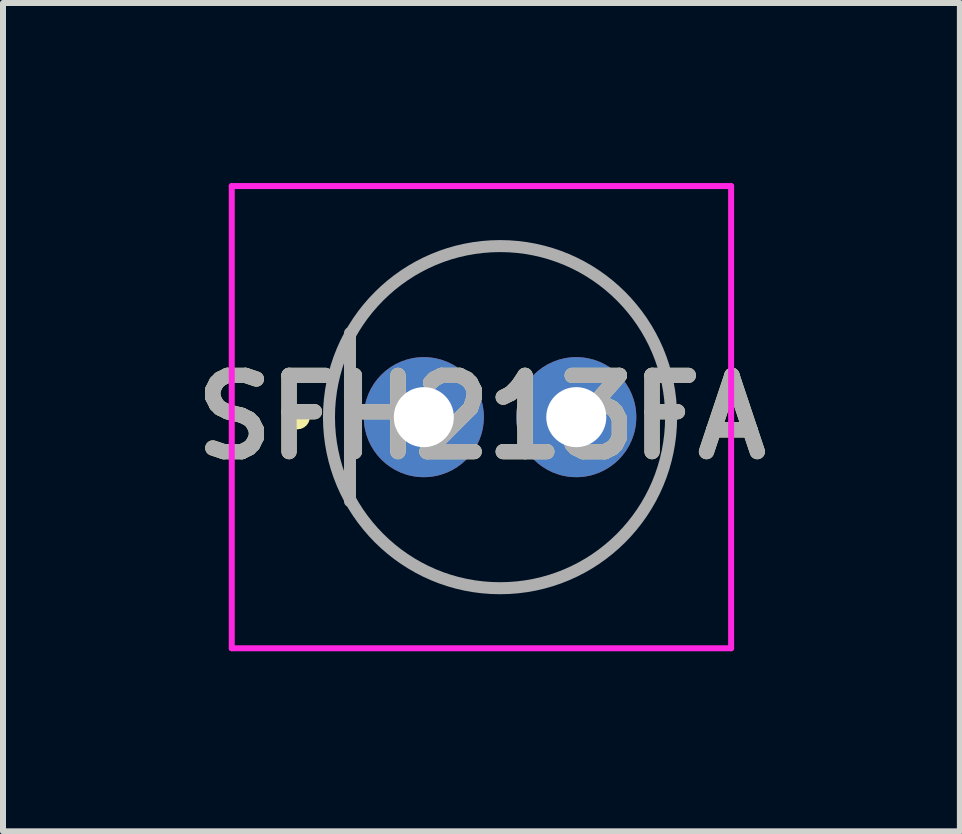
<source format=kicad_pcb>
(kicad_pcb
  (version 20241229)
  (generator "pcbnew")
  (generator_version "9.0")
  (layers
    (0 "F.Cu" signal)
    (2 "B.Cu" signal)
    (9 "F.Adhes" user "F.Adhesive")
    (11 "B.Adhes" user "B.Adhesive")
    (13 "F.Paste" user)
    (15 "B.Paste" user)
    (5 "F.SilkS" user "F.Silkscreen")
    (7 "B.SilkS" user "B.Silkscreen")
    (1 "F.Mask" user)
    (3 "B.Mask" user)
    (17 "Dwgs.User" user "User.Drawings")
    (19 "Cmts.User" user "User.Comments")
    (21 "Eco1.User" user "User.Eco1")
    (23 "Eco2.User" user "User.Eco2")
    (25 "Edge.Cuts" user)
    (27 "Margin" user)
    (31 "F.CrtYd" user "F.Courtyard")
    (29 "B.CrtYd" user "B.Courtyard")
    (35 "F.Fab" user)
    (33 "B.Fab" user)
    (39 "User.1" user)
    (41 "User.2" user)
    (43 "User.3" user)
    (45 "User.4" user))
  (footprint "SFH213FA"
    (layer "F.Cu")
    (at 3.511 4.1)
    (property "Reference" "SFH213FA" (at 1.46 -0.2 0) (layer "F.SilkS") (effects (font (size 1.27 1.27) (thickness 0.254))))
    (attr through_hole)
    (fp_line (start -1.6 -0.3) (end -1.6 -0.3) (stroke (width 0.2) (type solid)) (layer "F.SilkS"))
    (fp_line (start -1.6 -0.1) (end -1.6 -0.1) (stroke (width 0.2) (type solid)) (layer "F.SilkS"))
    (fp_line (start -1.08 -0.2) (end -1.08 -0.2) (stroke (width 0.1) (type solid)) (layer "F.SilkS"))
    (fp_line (start -0.73 -1.6) (end -0.73 1.2) (stroke (width 0.1) (type solid)) (layer "F.SilkS"))
    (fp_line (start 4.62 -0.2) (end 4.62 -0.2) (stroke (width 0.1) (type solid)) (layer "F.SilkS"))
    (fp_arc (start -1.6 -0.3) (mid -1.5 -0.2) (end -1.6 -0.1) (stroke (width 0.2) (type solid)) (layer "F.SilkS"))
    (fp_arc (start -1.6 -0.1) (mid -1.7 -0.2) (end -1.6 -0.3) (stroke (width 0.2) (type solid)) (layer "F.SilkS"))
    (fp_arc (start -1.08 -0.2) (mid 1.77 -3.05) (end 4.62 -0.2) (stroke (width 0.1) (type solid)) (layer "F.SilkS"))
    (fp_arc (start 4.62 -0.2) (mid 1.77 2.65) (end -1.08 -0.2) (stroke (width 0.1) (type solid)) (layer "F.SilkS"))
    (fp_line (start -2.7 -4.05) (end 5.62 -4.05) (stroke (width 0.1) (type solid)) (layer "F.CrtYd"))
    (fp_line (start -2.7 3.65) (end -2.7 -4.05) (stroke (width 0.1) (type solid)) (layer "F.CrtYd"))
    (fp_line (start 5.62 -4.05) (end 5.62 3.65) (stroke (width 0.1) (type solid)) (layer "F.CrtYd"))
    (fp_line (start 5.62 3.65) (end -2.7 3.65) (stroke (width 0.1) (type solid)) (layer "F.CrtYd"))
    (fp_line (start -1.08 -0.2) (end -1.08 -0.2) (stroke (width 0.2) (type solid)) (layer "F.Fab"))
    (fp_line (start -0.73 -1.6) (end -0.73 1.2) (stroke (width 0.2) (type solid)) (layer "F.Fab"))
    (fp_line (start 4.62 -0.2) (end 4.62 -0.2) (stroke (width 0.2) (type solid)) (layer "F.Fab"))
    (fp_arc (start -1.08 -0.2) (mid 1.77 -3.05) (end 4.62 -0.2) (stroke (width 0.2) (type solid)) (layer "F.Fab"))
    (fp_arc (start 4.62 -0.2) (mid 1.77 2.65) (end -1.08 -0.2) (stroke (width 0.2) (type solid)) (layer "F.Fab"))
    (fp_text user "${REFERENCE}" (at 1.46 -0.2 0) (layer "F.Fab") (effects (font (size 1.27 1.27) (thickness 0.254))))
    (pad "1" thru_hole circle (at 0.5 -0.2) (size 2 2) (drill 1) (layers "*.Cu" "*.Mask"))
    (pad "2" thru_hole circle (at 3.04 -0.2) (size 2 2) (drill 1) (layers "*.Cu" "*.Mask")))
  (gr_rect
    (start -3 -3)
    (end 12.942 10.8)
    (stroke (width 0.1) (type default))
    (fill no)
    (layer "Edge.Cuts")))
</source>
